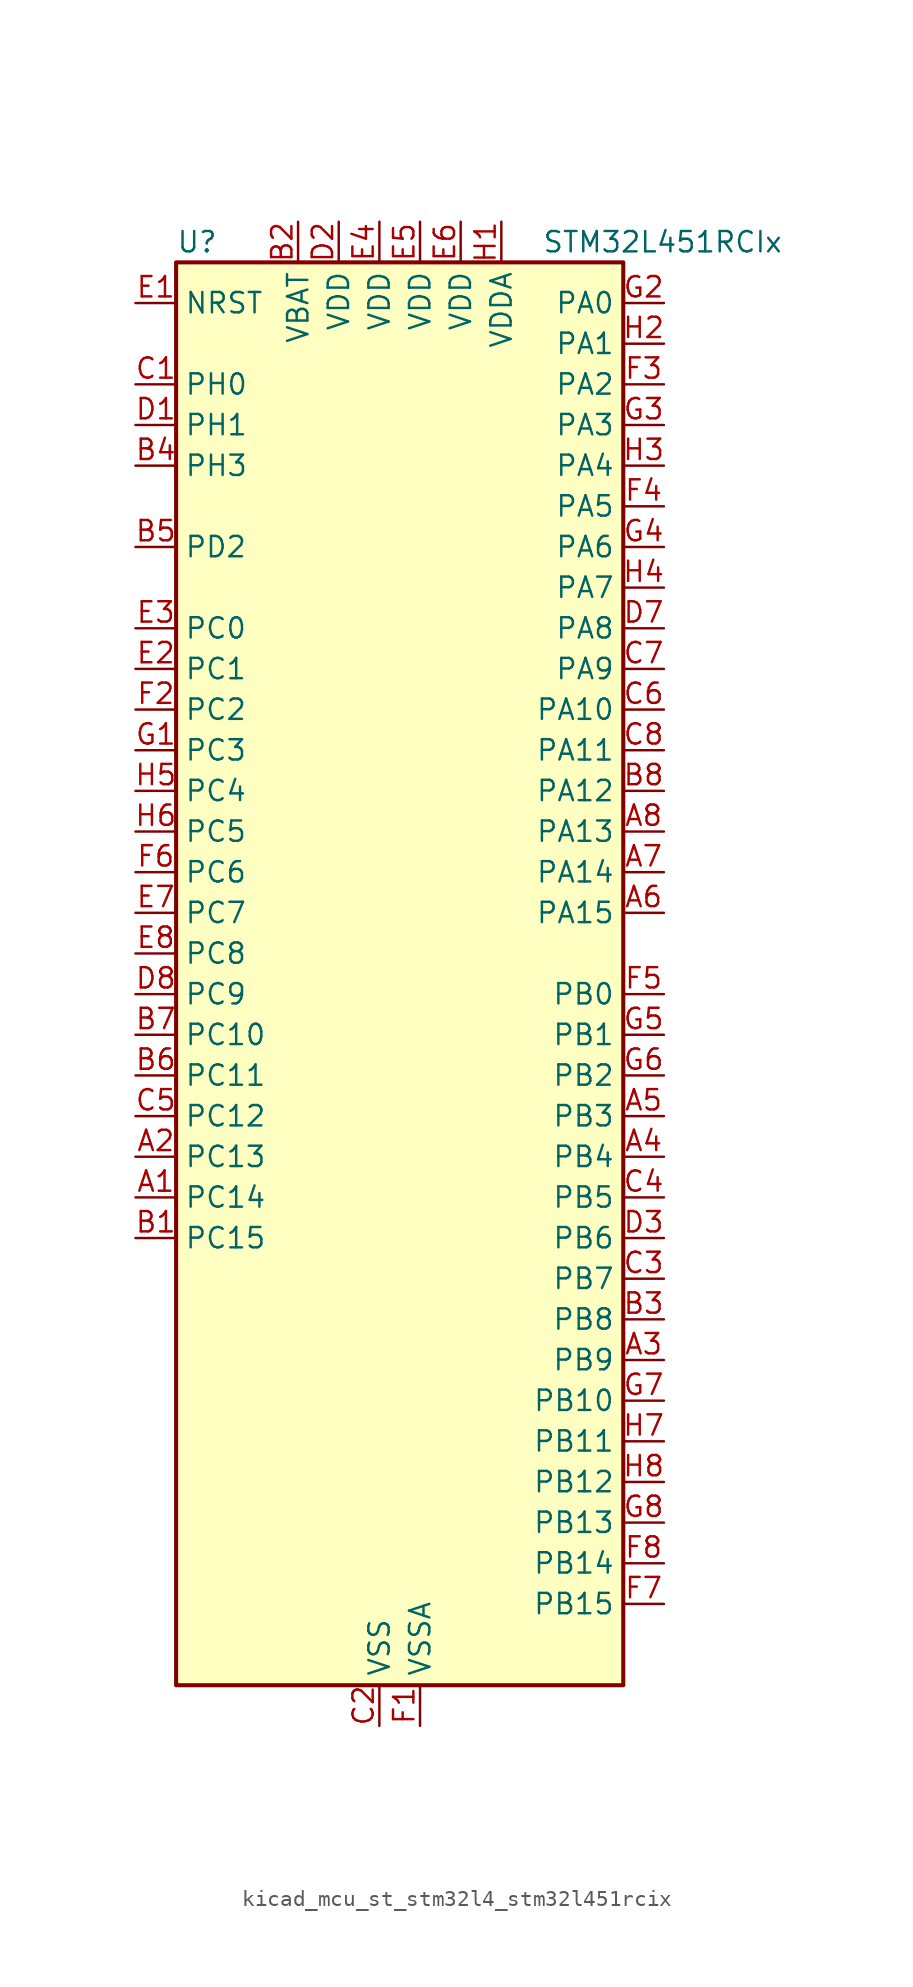
<source format=kicad_sym>
(kicad_symbol_lib
  (version 20220914)
  (generator kicad_symbol_editor)
  (symbol "kicad_mcu_st_stm32l4_stm32l451rcix"
    (property "Reference" "U"
      (at -12.7 46.99 0)
      (effects (font (size 1.27 1.27)) (justify left)))
    (property "Value" "STM32L451RCIx"
      (at 10.16 46.99 0)
      (effects (font (size 1.27 1.27)) (justify left)))
    (property "ki_locked" ""
      (at 0 0 0)
      (effects (font (size 1.27 1.27))))
    (symbol "kicad_mcu_st_stm32l4_stm32l451rcix_0_1"
      (rectangle (start -12.7 -43.18) (end 15.24 45.72) (stroke (width 0.254) (type default)) (fill (type background))))
    (symbol "kicad_mcu_st_stm32l4_stm32l451rcix_1_1"
      (pin bidirectional line (at -15.24 -12.7 0) (length 2.54) (name "PC14" (effects (font (size 1.27 1.27)))) (number "A1" (effects (font (size 1.27 1.27)))) (alternate "RCC_OSC32_IN" bidirectional line))
      (pin bidirectional line (at -15.24 -10.16 0) (length 2.54) (name "PC13" (effects (font (size 1.27 1.27)))) (number "A2" (effects (font (size 1.27 1.27)))) (alternate "RTC_OUT_ALARM" bidirectional line) (alternate "RTC_OUT_CALIB" bidirectional line) (alternate "RTC_TAMP1" bidirectional line) (alternate "RTC_TS" bidirectional line) (alternate "SYS_WKUP2" bidirectional line))
      (pin bidirectional line (at 17.78 -22.86 180) (length 2.54) (name "PB9" (effects (font (size 1.27 1.27)))) (number "A3" (effects (font (size 1.27 1.27)))) (alternate "CAN1_TX" bidirectional line) (alternate "DAC1_EXTI9" bidirectional line) (alternate "I2C1_SDA" bidirectional line) (alternate "IR_OUT" bidirectional line) (alternate "SAI1_FS_A" bidirectional line) (alternate "SDMMC1_D5" bidirectional line) (alternate "SPI2_NSS" bidirectional line))
      (pin bidirectional line (at 17.78 -10.16 180) (length 2.54) (name "PB4" (effects (font (size 1.27 1.27)))) (number "A4" (effects (font (size 1.27 1.27)))) (alternate "COMP2_INP" bidirectional line) (alternate "I2C3_SDA" bidirectional line) (alternate "SAI1_MCLK_B" bidirectional line) (alternate "SPI1_MISO" bidirectional line) (alternate "SPI3_MISO" bidirectional line) (alternate "SYS_JTRST" bidirectional line) (alternate "TIM3_CH1" bidirectional line) (alternate "TSC_G2_IO1" bidirectional line) (alternate "USART1_CTS" bidirectional line))
      (pin bidirectional line (at 17.78 -7.62 180) (length 2.54) (name "PB3" (effects (font (size 1.27 1.27)))) (number "A5" (effects (font (size 1.27 1.27)))) (alternate "COMP2_INM" bidirectional line) (alternate "SAI1_SCK_B" bidirectional line) (alternate "SPI1_SCK" bidirectional line) (alternate "SPI3_SCK" bidirectional line) (alternate "SYS_JTDO-SWO" bidirectional line) (alternate "TIM2_CH2" bidirectional line) (alternate "USART1_DE" bidirectional line) (alternate "USART1_RTS" bidirectional line))
      (pin bidirectional line (at 17.78 5.08 180) (length 2.54) (name "PA15" (effects (font (size 1.27 1.27)))) (number "A6" (effects (font (size 1.27 1.27)))) (alternate "ADC1_EXTI15" bidirectional line) (alternate "SPI1_NSS" bidirectional line) (alternate "SPI3_NSS" bidirectional line) (alternate "SYS_JTDI" bidirectional line) (alternate "TIM2_CH1" bidirectional line) (alternate "TIM2_ETR" bidirectional line) (alternate "TSC_G3_IO1" bidirectional line) (alternate "UART4_DE" bidirectional line) (alternate "UART4_RTS" bidirectional line) (alternate "USART2_RX" bidirectional line) (alternate "USART3_DE" bidirectional line) (alternate "USART3_RTS" bidirectional line))
      (pin bidirectional line (at 17.78 7.62 180) (length 2.54) (name "PA14" (effects (font (size 1.27 1.27)))) (number "A7" (effects (font (size 1.27 1.27)))) (alternate "I2C1_SMBA" bidirectional line) (alternate "I2C4_SMBA" bidirectional line) (alternate "LPTIM1_OUT" bidirectional line) (alternate "SAI1_FS_B" bidirectional line) (alternate "SYS_JTCK-SWCLK" bidirectional line))
      (pin bidirectional line (at 17.78 10.16 180) (length 2.54) (name "PA13" (effects (font (size 1.27 1.27)))) (number "A8" (effects (font (size 1.27 1.27)))) (alternate "IR_OUT" bidirectional line) (alternate "SAI1_SD_B" bidirectional line) (alternate "SYS_JTMS-SWDIO" bidirectional line))
      (pin bidirectional line (at -15.24 -15.24 0) (length 2.54) (name "PC15" (effects (font (size 1.27 1.27)))) (number "B1" (effects (font (size 1.27 1.27)))) (alternate "ADC1_EXTI15" bidirectional line) (alternate "RCC_OSC32_OUT" bidirectional line))
      (pin power_in line (at -5.08 48.26 270) (length 2.54) (name "VBAT" (effects (font (size 1.27 1.27)))) (number "B2" (effects (font (size 1.27 1.27)))))
      (pin bidirectional line (at 17.78 -20.32 180) (length 2.54) (name "PB8" (effects (font (size 1.27 1.27)))) (number "B3" (effects (font (size 1.27 1.27)))) (alternate "CAN1_RX" bidirectional line) (alternate "I2C1_SCL" bidirectional line) (alternate "SAI1_MCLK_A" bidirectional line) (alternate "SDMMC1_D4" bidirectional line) (alternate "TIM16_CH1" bidirectional line))
      (pin bidirectional line (at -15.24 33.02 0) (length 2.54) (name "PH3" (effects (font (size 1.27 1.27)))) (number "B4" (effects (font (size 1.27 1.27)))))
      (pin bidirectional line (at -15.24 27.94 0) (length 2.54) (name "PD2" (effects (font (size 1.27 1.27)))) (number "B5" (effects (font (size 1.27 1.27)))) (alternate "SDMMC1_CMD" bidirectional line) (alternate "SYS_TRACED2" bidirectional line) (alternate "TIM3_ETR" bidirectional line) (alternate "TSC_SYNC" bidirectional line) (alternate "USART3_DE" bidirectional line) (alternate "USART3_RTS" bidirectional line))
      (pin bidirectional line (at -15.24 -5.08 0) (length 2.54) (name "PC11" (effects (font (size 1.27 1.27)))) (number "B6" (effects (font (size 1.27 1.27)))) (alternate "ADC1_EXTI11" bidirectional line) (alternate "SDMMC1_D3" bidirectional line) (alternate "SPI3_MISO" bidirectional line) (alternate "TSC_G3_IO3" bidirectional line) (alternate "UART4_RX" bidirectional line) (alternate "USART3_RX" bidirectional line))
      (pin bidirectional line (at -15.24 -2.54 0) (length 2.54) (name "PC10" (effects (font (size 1.27 1.27)))) (number "B7" (effects (font (size 1.27 1.27)))) (alternate "SDMMC1_D2" bidirectional line) (alternate "SPI3_SCK" bidirectional line) (alternate "SYS_TRACED1" bidirectional line) (alternate "TSC_G3_IO2" bidirectional line) (alternate "UART4_TX" bidirectional line) (alternate "USART3_TX" bidirectional line))
      (pin bidirectional line (at 17.78 12.7 180) (length 2.54) (name "PA12" (effects (font (size 1.27 1.27)))) (number "B8" (effects (font (size 1.27 1.27)))) (alternate "CAN1_TX" bidirectional line) (alternate "SPI1_MOSI" bidirectional line) (alternate "TIM1_ETR" bidirectional line) (alternate "USART1_DE" bidirectional line) (alternate "USART1_RTS" bidirectional line))
      (pin bidirectional line (at -15.24 38.1 0) (length 2.54) (name "PH0" (effects (font (size 1.27 1.27)))) (number "C1" (effects (font (size 1.27 1.27)))) (alternate "RCC_OSC_IN" bidirectional line))
      (pin power_in line (at 0 -45.72 90) (length 2.54) (name "VSS" (effects (font (size 1.27 1.27)))) (number "C2" (effects (font (size 1.27 1.27)))))
      (pin bidirectional line (at 17.78 -17.78 180) (length 2.54) (name "PB7" (effects (font (size 1.27 1.27)))) (number "C3" (effects (font (size 1.27 1.27)))) (alternate "COMP2_INM" bidirectional line) (alternate "I2C1_SDA" bidirectional line) (alternate "I2C4_SDA" bidirectional line) (alternate "LPTIM1_IN2" bidirectional line) (alternate "SYS_PVD_IN" bidirectional line) (alternate "TSC_G2_IO4" bidirectional line) (alternate "UART4_CTS" bidirectional line) (alternate "USART1_RX" bidirectional line))
      (pin bidirectional line (at 17.78 -12.7 180) (length 2.54) (name "PB5" (effects (font (size 1.27 1.27)))) (number "C4" (effects (font (size 1.27 1.27)))) (alternate "CAN1_RX" bidirectional line) (alternate "COMP2_OUT" bidirectional line) (alternate "I2C1_SMBA" bidirectional line) (alternate "LPTIM1_IN1" bidirectional line) (alternate "SAI1_SD_B" bidirectional line) (alternate "SPI1_MOSI" bidirectional line) (alternate "SPI3_MOSI" bidirectional line) (alternate "TIM16_BKIN" bidirectional line) (alternate "TIM3_CH2" bidirectional line) (alternate "TSC_G2_IO2" bidirectional line) (alternate "USART1_CK" bidirectional line))
      (pin bidirectional line (at -15.24 -7.62 0) (length 2.54) (name "PC12" (effects (font (size 1.27 1.27)))) (number "C5" (effects (font (size 1.27 1.27)))) (alternate "SDMMC1_CK" bidirectional line) (alternate "SPI3_MOSI" bidirectional line) (alternate "SYS_TRACED3" bidirectional line) (alternate "TSC_G3_IO4" bidirectional line) (alternate "USART3_CK" bidirectional line))
      (pin bidirectional line (at 17.78 17.78 180) (length 2.54) (name "PA10" (effects (font (size 1.27 1.27)))) (number "C6" (effects (font (size 1.27 1.27)))) (alternate "I2C1_SDA" bidirectional line) (alternate "SAI1_SD_A" bidirectional line) (alternate "TIM1_CH3" bidirectional line) (alternate "USART1_RX" bidirectional line))
      (pin bidirectional line (at 17.78 20.32 180) (length 2.54) (name "PA9" (effects (font (size 1.27 1.27)))) (number "C7" (effects (font (size 1.27 1.27)))) (alternate "DAC1_EXTI9" bidirectional line) (alternate "DFSDM1_DATIN1" bidirectional line) (alternate "I2C1_SCL" bidirectional line) (alternate "SAI1_FS_A" bidirectional line) (alternate "TIM15_BKIN" bidirectional line) (alternate "TIM1_CH2" bidirectional line) (alternate "USART1_TX" bidirectional line))
      (pin bidirectional line (at 17.78 15.24 180) (length 2.54) (name "PA11" (effects (font (size 1.27 1.27)))) (number "C8" (effects (font (size 1.27 1.27)))) (alternate "ADC1_EXTI11" bidirectional line) (alternate "CAN1_RX" bidirectional line) (alternate "COMP1_OUT" bidirectional line) (alternate "SPI1_MISO" bidirectional line) (alternate "TIM1_BKIN2" bidirectional line) (alternate "TIM1_BKIN2_COMP1" bidirectional line) (alternate "TIM1_CH4" bidirectional line) (alternate "USART1_CTS" bidirectional line))
      (pin bidirectional line (at -15.24 35.56 0) (length 2.54) (name "PH1" (effects (font (size 1.27 1.27)))) (number "D1" (effects (font (size 1.27 1.27)))) (alternate "RCC_OSC_OUT" bidirectional line))
      (pin power_in line (at -2.54 48.26 270) (length 2.54) (name "VDD" (effects (font (size 1.27 1.27)))) (number "D2" (effects (font (size 1.27 1.27)))))
      (pin bidirectional line (at 17.78 -15.24 180) (length 2.54) (name "PB6" (effects (font (size 1.27 1.27)))) (number "D3" (effects (font (size 1.27 1.27)))) (alternate "CAN1_TX" bidirectional line) (alternate "COMP2_INP" bidirectional line) (alternate "I2C1_SCL" bidirectional line) (alternate "I2C4_SCL" bidirectional line) (alternate "LPTIM1_ETR" bidirectional line) (alternate "SAI1_FS_B" bidirectional line) (alternate "TIM16_CH1N" bidirectional line) (alternate "TSC_G2_IO3" bidirectional line) (alternate "USART1_TX" bidirectional line))
      (pin passive line (at 0 -45.72 90) (length 2.54) hide (name "VSS" (effects (font (size 1.27 1.27)))) (number "D4" (effects (font (size 1.27 1.27)))))
      (pin passive line (at 0 -45.72 90) (length 2.54) hide (name "VSS" (effects (font (size 1.27 1.27)))) (number "D5" (effects (font (size 1.27 1.27)))))
      (pin passive line (at 0 -45.72 90) (length 2.54) hide (name "VSS" (effects (font (size 1.27 1.27)))) (number "D6" (effects (font (size 1.27 1.27)))))
      (pin bidirectional line (at 17.78 22.86 180) (length 2.54) (name "PA8" (effects (font (size 1.27 1.27)))) (number "D7" (effects (font (size 1.27 1.27)))) (alternate "DFSDM1_CKIN1" bidirectional line) (alternate "LPTIM2_OUT" bidirectional line) (alternate "RCC_MCO" bidirectional line) (alternate "SAI1_SCK_A" bidirectional line) (alternate "TIM1_CH1" bidirectional line) (alternate "USART1_CK" bidirectional line))
      (pin bidirectional line (at -15.24 0 0) (length 2.54) (name "PC9" (effects (font (size 1.27 1.27)))) (number "D8" (effects (font (size 1.27 1.27)))) (alternate "DAC1_EXTI9" bidirectional line) (alternate "SDMMC1_D1" bidirectional line) (alternate "TIM3_CH4" bidirectional line) (alternate "TSC_G4_IO4" bidirectional line))
      (pin input line (at -15.24 43.18 0) (length 2.54) (name "NRST" (effects (font (size 1.27 1.27)))) (number "E1" (effects (font (size 1.27 1.27)))))
      (pin bidirectional line (at -15.24 20.32 0) (length 2.54) (name "PC1" (effects (font (size 1.27 1.27)))) (number "E2" (effects (font (size 1.27 1.27)))) (alternate "ADC1_IN2" bidirectional line) (alternate "I2C3_SDA" bidirectional line) (alternate "I2C4_SDA" bidirectional line) (alternate "LPTIM1_OUT" bidirectional line) (alternate "LPUART1_TX" bidirectional line) (alternate "SYS_TRACED0" bidirectional line))
      (pin bidirectional line (at -15.24 22.86 0) (length 2.54) (name "PC0" (effects (font (size 1.27 1.27)))) (number "E3" (effects (font (size 1.27 1.27)))) (alternate "ADC1_IN1" bidirectional line) (alternate "I2C3_SCL" bidirectional line) (alternate "I2C4_SCL" bidirectional line) (alternate "LPTIM1_IN1" bidirectional line) (alternate "LPTIM2_IN1" bidirectional line) (alternate "LPUART1_RX" bidirectional line))
      (pin power_in line (at 0 48.26 270) (length 2.54) (name "VDD" (effects (font (size 1.27 1.27)))) (number "E4" (effects (font (size 1.27 1.27)))))
      (pin power_in line (at 2.54 48.26 270) (length 2.54) (name "VDD" (effects (font (size 1.27 1.27)))) (number "E5" (effects (font (size 1.27 1.27)))))
      (pin power_in line (at 5.08 48.26 270) (length 2.54) (name "VDD" (effects (font (size 1.27 1.27)))) (number "E6" (effects (font (size 1.27 1.27)))))
      (pin bidirectional line (at -15.24 5.08 0) (length 2.54) (name "PC7" (effects (font (size 1.27 1.27)))) (number "E7" (effects (font (size 1.27 1.27)))) (alternate "DFSDM1_DATIN3" bidirectional line) (alternate "SDMMC1_D7" bidirectional line) (alternate "TIM3_CH2" bidirectional line) (alternate "TSC_G4_IO2" bidirectional line))
      (pin bidirectional line (at -15.24 2.54 0) (length 2.54) (name "PC8" (effects (font (size 1.27 1.27)))) (number "E8" (effects (font (size 1.27 1.27)))) (alternate "SDMMC1_D0" bidirectional line) (alternate "TIM3_CH3" bidirectional line) (alternate "TSC_G4_IO3" bidirectional line))
      (pin power_in line (at 2.54 -45.72 90) (length 2.54) (name "VSSA" (effects (font (size 1.27 1.27)))) (number "F1" (effects (font (size 1.27 1.27)))))
      (pin bidirectional line (at -15.24 17.78 0) (length 2.54) (name "PC2" (effects (font (size 1.27 1.27)))) (number "F2" (effects (font (size 1.27 1.27)))) (alternate "ADC1_IN3" bidirectional line) (alternate "DFSDM1_CKOUT" bidirectional line) (alternate "LPTIM1_IN2" bidirectional line) (alternate "SPI2_MISO" bidirectional line))
      (pin bidirectional line (at 17.78 38.1 180) (length 2.54) (name "PA2" (effects (font (size 1.27 1.27)))) (number "F3" (effects (font (size 1.27 1.27)))) (alternate "ADC1_IN7" bidirectional line) (alternate "COMP2_INM" bidirectional line) (alternate "COMP2_OUT" bidirectional line) (alternate "LPUART1_TX" bidirectional line) (alternate "QUADSPI_BK1_NCS" bidirectional line) (alternate "RCC_LSCO" bidirectional line) (alternate "SYS_WKUP4" bidirectional line) (alternate "TIM15_CH1" bidirectional line) (alternate "TIM2_CH3" bidirectional line) (alternate "USART2_TX" bidirectional line))
      (pin bidirectional line (at 17.78 30.48 180) (length 2.54) (name "PA5" (effects (font (size 1.27 1.27)))) (number "F4" (effects (font (size 1.27 1.27)))) (alternate "ADC1_IN10" bidirectional line) (alternate "COMP1_INM" bidirectional line) (alternate "COMP2_INM" bidirectional line) (alternate "DFSDM1_CKOUT" bidirectional line) (alternate "LPTIM2_ETR" bidirectional line) (alternate "SPI1_SCK" bidirectional line) (alternate "TIM2_CH1" bidirectional line) (alternate "TIM2_ETR" bidirectional line))
      (pin bidirectional line (at 17.78 0 180) (length 2.54) (name "PB0" (effects (font (size 1.27 1.27)))) (number "F5" (effects (font (size 1.27 1.27)))) (alternate "ADC1_IN15" bidirectional line) (alternate "COMP1_OUT" bidirectional line) (alternate "DFSDM1_CKIN0" bidirectional line) (alternate "QUADSPI_BK1_IO1" bidirectional line) (alternate "SAI1_EXTCLK" bidirectional line) (alternate "SPI1_NSS" bidirectional line) (alternate "TIM1_CH2N" bidirectional line) (alternate "TIM3_CH3" bidirectional line) (alternate "USART3_CK" bidirectional line))
      (pin bidirectional line (at -15.24 7.62 0) (length 2.54) (name "PC6" (effects (font (size 1.27 1.27)))) (number "F6" (effects (font (size 1.27 1.27)))) (alternate "DFSDM1_CKIN3" bidirectional line) (alternate "SDMMC1_D6" bidirectional line) (alternate "TIM3_CH1" bidirectional line) (alternate "TSC_G4_IO1" bidirectional line))
      (pin bidirectional line (at 17.78 -38.1 180) (length 2.54) (name "PB15" (effects (font (size 1.27 1.27)))) (number "F7" (effects (font (size 1.27 1.27)))) (alternate "ADC1_EXTI15" bidirectional line) (alternate "DFSDM1_CKIN2" bidirectional line) (alternate "RTC_REFIN" bidirectional line) (alternate "SAI1_SD_A" bidirectional line) (alternate "SPI2_MOSI" bidirectional line) (alternate "TIM15_CH2" bidirectional line) (alternate "TIM1_CH3N" bidirectional line) (alternate "TSC_G1_IO4" bidirectional line))
      (pin bidirectional line (at 17.78 -35.56 180) (length 2.54) (name "PB14" (effects (font (size 1.27 1.27)))) (number "F8" (effects (font (size 1.27 1.27)))) (alternate "DFSDM1_DATIN2" bidirectional line) (alternate "I2C2_SDA" bidirectional line) (alternate "SAI1_MCLK_A" bidirectional line) (alternate "SPI2_MISO" bidirectional line) (alternate "TIM15_CH1" bidirectional line) (alternate "TIM1_CH2N" bidirectional line) (alternate "TSC_G1_IO3" bidirectional line) (alternate "USART3_DE" bidirectional line) (alternate "USART3_RTS" bidirectional line))
      (pin bidirectional line (at -15.24 15.24 0) (length 2.54) (name "PC3" (effects (font (size 1.27 1.27)))) (number "G1" (effects (font (size 1.27 1.27)))) (alternate "ADC1_IN4" bidirectional line) (alternate "LPTIM1_ETR" bidirectional line) (alternate "LPTIM2_ETR" bidirectional line) (alternate "SAI1_SD_A" bidirectional line) (alternate "SPI2_MOSI" bidirectional line))
      (pin bidirectional line (at 17.78 43.18 180) (length 2.54) (name "PA0" (effects (font (size 1.27 1.27)))) (number "G2" (effects (font (size 1.27 1.27)))) (alternate "ADC1_IN5" bidirectional line) (alternate "COMP1_INM" bidirectional line) (alternate "COMP1_OUT" bidirectional line) (alternate "OPAMP1_VINP" bidirectional line) (alternate "RTC_TAMP2" bidirectional line) (alternate "SAI1_EXTCLK" bidirectional line) (alternate "SYS_WKUP1" bidirectional line) (alternate "TIM2_CH1" bidirectional line) (alternate "TIM2_ETR" bidirectional line) (alternate "UART4_TX" bidirectional line) (alternate "USART2_CTS" bidirectional line))
      (pin bidirectional line (at 17.78 35.56 180) (length 2.54) (name "PA3" (effects (font (size 1.27 1.27)))) (number "G3" (effects (font (size 1.27 1.27)))) (alternate "ADC1_IN8" bidirectional line) (alternate "COMP2_INP" bidirectional line) (alternate "LPUART1_RX" bidirectional line) (alternate "OPAMP1_VOUT" bidirectional line) (alternate "QUADSPI_CLK" bidirectional line) (alternate "SAI1_MCLK_A" bidirectional line) (alternate "TIM15_CH2" bidirectional line) (alternate "TIM2_CH4" bidirectional line) (alternate "USART2_RX" bidirectional line))
      (pin bidirectional line (at 17.78 27.94 180) (length 2.54) (name "PA6" (effects (font (size 1.27 1.27)))) (number "G4" (effects (font (size 1.27 1.27)))) (alternate "ADC1_IN11" bidirectional line) (alternate "COMP1_OUT" bidirectional line) (alternate "LPUART1_CTS" bidirectional line) (alternate "QUADSPI_BK1_IO3" bidirectional line) (alternate "SPI1_MISO" bidirectional line) (alternate "TIM16_CH1" bidirectional line) (alternate "TIM1_BKIN" bidirectional line) (alternate "TIM1_BKIN_COMP2" bidirectional line) (alternate "TIM3_CH1" bidirectional line) (alternate "USART3_CTS" bidirectional line))
      (pin bidirectional line (at 17.78 -2.54 180) (length 2.54) (name "PB1" (effects (font (size 1.27 1.27)))) (number "G5" (effects (font (size 1.27 1.27)))) (alternate "ADC1_IN16" bidirectional line) (alternate "COMP1_INM" bidirectional line) (alternate "DFSDM1_DATIN0" bidirectional line) (alternate "LPTIM2_IN1" bidirectional line) (alternate "LPUART1_DE" bidirectional line) (alternate "LPUART1_RTS" bidirectional line) (alternate "QUADSPI_BK1_IO0" bidirectional line) (alternate "TIM1_CH3N" bidirectional line) (alternate "TIM3_CH4" bidirectional line) (alternate "USART3_DE" bidirectional line) (alternate "USART3_RTS" bidirectional line))
      (pin bidirectional line (at 17.78 -5.08 180) (length 2.54) (name "PB2" (effects (font (size 1.27 1.27)))) (number "G6" (effects (font (size 1.27 1.27)))) (alternate "COMP1_INP" bidirectional line) (alternate "DFSDM1_CKIN0" bidirectional line) (alternate "I2C3_SMBA" bidirectional line) (alternate "LPTIM1_OUT" bidirectional line) (alternate "RTC_OUT_ALARM" bidirectional line) (alternate "RTC_OUT_CALIB" bidirectional line))
      (pin bidirectional line (at 17.78 -25.4 180) (length 2.54) (name "PB10" (effects (font (size 1.27 1.27)))) (number "G7" (effects (font (size 1.27 1.27)))) (alternate "COMP1_OUT" bidirectional line) (alternate "I2C2_SCL" bidirectional line) (alternate "I2C4_SCL" bidirectional line) (alternate "LPUART1_RX" bidirectional line) (alternate "QUADSPI_CLK" bidirectional line) (alternate "SAI1_SCK_A" bidirectional line) (alternate "SPI2_SCK" bidirectional line) (alternate "TIM2_CH3" bidirectional line) (alternate "TSC_SYNC" bidirectional line) (alternate "USART3_TX" bidirectional line))
      (pin bidirectional line (at 17.78 -33.02 180) (length 2.54) (name "PB13" (effects (font (size 1.27 1.27)))) (number "G8" (effects (font (size 1.27 1.27)))) (alternate "CAN1_TX" bidirectional line) (alternate "DFSDM1_CKIN1" bidirectional line) (alternate "I2C2_SCL" bidirectional line) (alternate "LPUART1_CTS" bidirectional line) (alternate "SAI1_SCK_A" bidirectional line) (alternate "SPI2_SCK" bidirectional line) (alternate "TIM15_CH1N" bidirectional line) (alternate "TIM1_CH1N" bidirectional line) (alternate "TSC_G1_IO2" bidirectional line) (alternate "USART3_CTS" bidirectional line))
      (pin power_in line (at 7.62 48.26 270) (length 2.54) (name "VDDA" (effects (font (size 1.27 1.27)))) (number "H1" (effects (font (size 1.27 1.27)))))
      (pin bidirectional line (at 17.78 40.64 180) (length 2.54) (name "PA1" (effects (font (size 1.27 1.27)))) (number "H2" (effects (font (size 1.27 1.27)))) (alternate "ADC1_IN6" bidirectional line) (alternate "COMP1_INP" bidirectional line) (alternate "I2C1_SMBA" bidirectional line) (alternate "OPAMP1_VINM" bidirectional line) (alternate "SPI1_SCK" bidirectional line) (alternate "TIM15_CH1N" bidirectional line) (alternate "TIM2_CH2" bidirectional line) (alternate "UART4_RX" bidirectional line) (alternate "USART2_DE" bidirectional line) (alternate "USART2_RTS" bidirectional line))
      (pin bidirectional line (at 17.78 33.02 180) (length 2.54) (name "PA4" (effects (font (size 1.27 1.27)))) (number "H3" (effects (font (size 1.27 1.27)))) (alternate "ADC1_IN9" bidirectional line) (alternate "COMP1_INM" bidirectional line) (alternate "COMP2_INM" bidirectional line) (alternate "DAC1_OUT1" bidirectional line) (alternate "LPTIM2_OUT" bidirectional line) (alternate "SAI1_FS_B" bidirectional line) (alternate "SPI1_NSS" bidirectional line) (alternate "SPI3_NSS" bidirectional line) (alternate "USART2_CK" bidirectional line))
      (pin bidirectional line (at 17.78 25.4 180) (length 2.54) (name "PA7" (effects (font (size 1.27 1.27)))) (number "H4" (effects (font (size 1.27 1.27)))) (alternate "ADC1_IN12" bidirectional line) (alternate "COMP2_OUT" bidirectional line) (alternate "DFSDM1_DATIN0" bidirectional line) (alternate "I2C3_SCL" bidirectional line) (alternate "QUADSPI_BK1_IO2" bidirectional line) (alternate "SPI1_MOSI" bidirectional line) (alternate "TIM1_CH1N" bidirectional line) (alternate "TIM3_CH2" bidirectional line))
      (pin bidirectional line (at -15.24 12.7 0) (length 2.54) (name "PC4" (effects (font (size 1.27 1.27)))) (number "H5" (effects (font (size 1.27 1.27)))) (alternate "ADC1_IN13" bidirectional line) (alternate "COMP1_INM" bidirectional line) (alternate "USART3_TX" bidirectional line))
      (pin bidirectional line (at -15.24 10.16 0) (length 2.54) (name "PC5" (effects (font (size 1.27 1.27)))) (number "H6" (effects (font (size 1.27 1.27)))) (alternate "ADC1_IN14" bidirectional line) (alternate "COMP1_INP" bidirectional line) (alternate "SYS_WKUP5" bidirectional line) (alternate "USART3_RX" bidirectional line))
      (pin bidirectional line (at 17.78 -27.94 180) (length 2.54) (name "PB11" (effects (font (size 1.27 1.27)))) (number "H7" (effects (font (size 1.27 1.27)))) (alternate "ADC1_EXTI11" bidirectional line) (alternate "COMP2_OUT" bidirectional line) (alternate "I2C2_SDA" bidirectional line) (alternate "I2C4_SDA" bidirectional line) (alternate "LPUART1_TX" bidirectional line) (alternate "QUADSPI_BK1_NCS" bidirectional line) (alternate "TIM2_CH4" bidirectional line) (alternate "USART3_RX" bidirectional line))
      (pin bidirectional line (at 17.78 -30.48 180) (length 2.54) (name "PB12" (effects (font (size 1.27 1.27)))) (number "H8" (effects (font (size 1.27 1.27)))) (alternate "CAN1_RX" bidirectional line) (alternate "DFSDM1_DATIN1" bidirectional line) (alternate "I2C2_SMBA" bidirectional line) (alternate "LPUART1_DE" bidirectional line) (alternate "LPUART1_RTS" bidirectional line) (alternate "SAI1_FS_A" bidirectional line) (alternate "SPI2_NSS" bidirectional line) (alternate "TIM15_BKIN" bidirectional line) (alternate "TIM1_BKIN" bidirectional line) (alternate "TIM1_BKIN_COMP2" bidirectional line) (alternate "TSC_G1_IO1" bidirectional line) (alternate "USART3_CK" bidirectional line)))))
</source>
